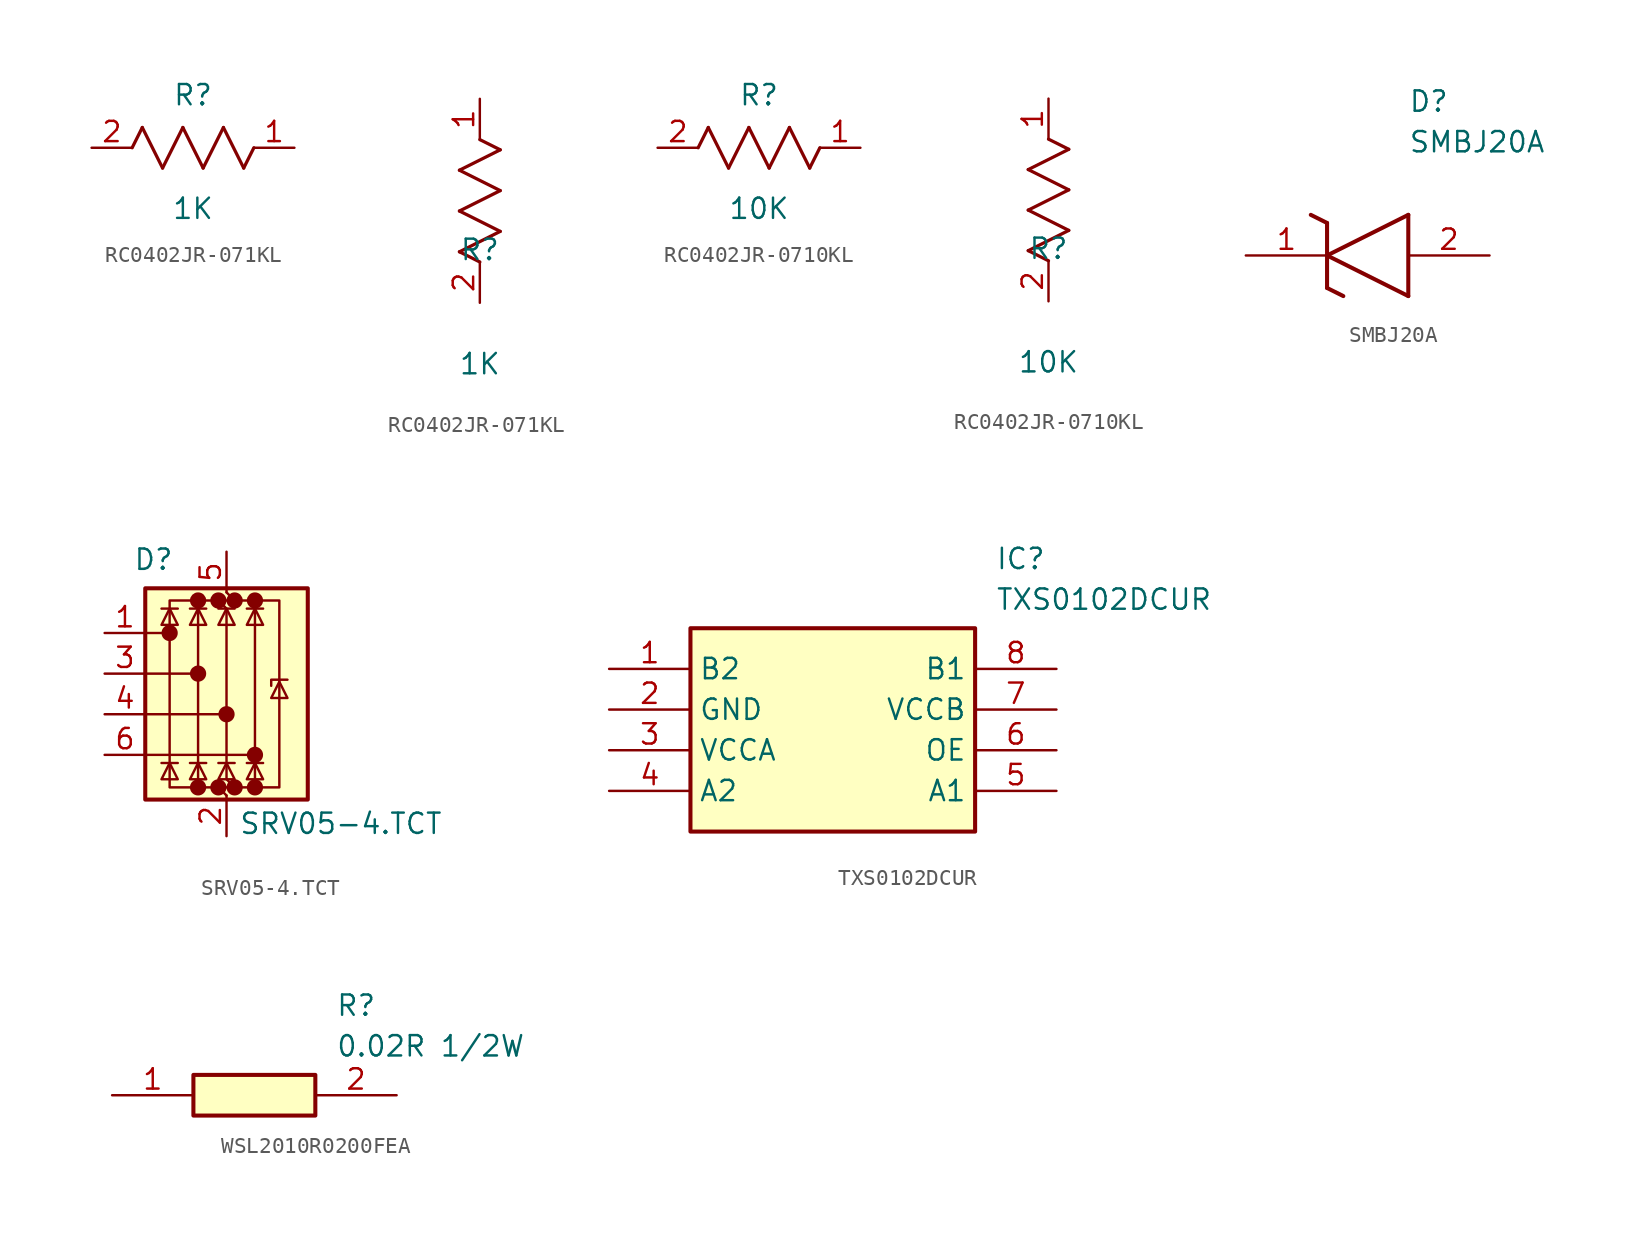
<source format=kicad_sym>
(kicad_symbol_lib
  (version 20241209)
  (generator "kicad_symbol_editor")
  (generator_version "9.0")
  (symbol "RC0402JR-071KL"
    (pin_names
      (offset 0.254))
    (property "Reference" "R"
      (at 0 3.302 0)
      (effects (font (size 1.27 1.27))))
    (property "Value" "1K"
      (at 0 -3.81 0)
      (effects (font (size 1.27 1.27))))
    (symbol "RC0402JR-071KL_1_1"
      (polyline (pts (xy -3.81 0) (xy -3.175 1.27)) (stroke (width 0.203) (type default)) (fill (type none)))
      (polyline (pts (xy -3.175 1.27) (xy -1.905 -1.27)) (stroke (width 0.203) (type default)) (fill (type none)))
      (polyline (pts (xy -1.905 -1.27) (xy -0.635 1.27)) (stroke (width 0.203) (type default)) (fill (type none)))
      (polyline (pts (xy -0.635 1.27) (xy 0.635 -1.27)) (stroke (width 0.203) (type default)) (fill (type none)))
      (polyline (pts (xy 0.635 -1.27) (xy 1.905 1.27)) (stroke (width 0.203) (type default)) (fill (type none)))
      (polyline (pts (xy 1.905 1.27) (xy 3.175 -1.27)) (stroke (width 0.203) (type default)) (fill (type none)))
      (polyline (pts (xy 3.175 -1.27) (xy 3.81 0)) (stroke (width 0.203) (type default)) (fill (type none)))
      (pin passive line (at -6.35 0 0) (length 2.54) (name "" (effects (font (size 1.27 1.27)))) (number "2" (effects (font (size 1.27 1.27)))))
      (pin passive line (at 6.35 0 180) (length 2.54) (name "" (effects (font (size 1.27 1.27)))) (number "1" (effects (font (size 1.27 1.27))))))
    (symbol "RC0402JR-071KL_1_2"
      (polyline (pts (xy -1.27 8.255) (xy 1.27 9.525)) (stroke (width 0.203) (type default)) (fill (type none)))
      (polyline (pts (xy -1.27 5.715) (xy 1.27 6.985)) (stroke (width 0.203) (type default)) (fill (type none)))
      (polyline (pts (xy -1.27 3.175) (xy 1.27 4.445)) (stroke (width 0.203) (type default)) (fill (type none)))
      (polyline (pts (xy 0 2.54) (xy -1.27 3.175)) (stroke (width 0.203) (type default)) (fill (type none)))
      (polyline (pts (xy 1.27 9.525) (xy 0 10.16)) (stroke (width 0.203) (type default)) (fill (type none)))
      (polyline (pts (xy 1.27 6.985) (xy -1.27 8.255)) (stroke (width 0.203) (type default)) (fill (type none)))
      (polyline (pts (xy 1.27 4.445) (xy -1.27 5.715)) (stroke (width 0.203) (type default)) (fill (type none)))
      (pin unspecified line (at 0 12.7 270) (length 2.54) (name "" (effects (font (size 1.27 1.27)))) (number "1" (effects (font (size 1.27 1.27)))))
      (pin unspecified line (at 0 0 90) (length 2.54) (name "" (effects (font (size 1.27 1.27)))) (number "2" (effects (font (size 1.27 1.27)))))))
  (symbol "RC0402JR-0710KL"
    (pin_names
      (offset 0.254))
    (property "Reference" "R"
      (at 0 3.302 0)
      (effects (font (size 1.27 1.27))))
    (property "Value" "10K"
      (at 0 -3.81 0)
      (effects (font (size 1.27 1.27))))
    (symbol "RC0402JR-0710KL_1_1"
      (polyline (pts (xy -3.81 0) (xy -3.175 1.27)) (stroke (width 0.203) (type default)) (fill (type none)))
      (polyline (pts (xy -3.175 1.27) (xy -1.905 -1.27)) (stroke (width 0.203) (type default)) (fill (type none)))
      (polyline (pts (xy -1.905 -1.27) (xy -0.635 1.27)) (stroke (width 0.203) (type default)) (fill (type none)))
      (polyline (pts (xy -0.635 1.27) (xy 0.635 -1.27)) (stroke (width 0.203) (type default)) (fill (type none)))
      (polyline (pts (xy 0.635 -1.27) (xy 1.905 1.27)) (stroke (width 0.203) (type default)) (fill (type none)))
      (polyline (pts (xy 1.905 1.27) (xy 3.175 -1.27)) (stroke (width 0.203) (type default)) (fill (type none)))
      (polyline (pts (xy 3.175 -1.27) (xy 3.81 0)) (stroke (width 0.203) (type default)) (fill (type none)))
      (pin passive line (at -6.35 0 0) (length 2.54) (name "" (effects (font (size 1.27 1.27)))) (number "2" (effects (font (size 1.27 1.27)))))
      (pin passive line (at 6.35 0 180) (length 2.54) (name "" (effects (font (size 1.27 1.27)))) (number "1" (effects (font (size 1.27 1.27))))))
    (symbol "RC0402JR-0710KL_1_2"
      (polyline (pts (xy -1.27 8.255) (xy 1.27 9.525)) (stroke (width 0.203) (type default)) (fill (type none)))
      (polyline (pts (xy -1.27 5.715) (xy 1.27 6.985)) (stroke (width 0.203) (type default)) (fill (type none)))
      (polyline (pts (xy -1.27 3.175) (xy 1.27 4.445)) (stroke (width 0.203) (type default)) (fill (type none)))
      (polyline (pts (xy 0 2.54) (xy -1.27 3.175)) (stroke (width 0.203) (type default)) (fill (type none)))
      (polyline (pts (xy 1.27 9.525) (xy 0 10.16)) (stroke (width 0.203) (type default)) (fill (type none)))
      (polyline (pts (xy 1.27 6.985) (xy -1.27 8.255)) (stroke (width 0.203) (type default)) (fill (type none)))
      (polyline (pts (xy 1.27 4.445) (xy -1.27 5.715)) (stroke (width 0.203) (type default)) (fill (type none)))
      (pin unspecified line (at 0 12.7 270) (length 2.54) (name "" (effects (font (size 1.27 1.27)))) (number "1" (effects (font (size 1.27 1.27)))))
      (pin unspecified line (at 0 0 90) (length 2.54) (name "" (effects (font (size 1.27 1.27)))) (number "2" (effects (font (size 1.27 1.27)))))))
  (symbol "SMBJ20A"
    (pin_names
      (hide yes))
    (property "Reference" "D"
      (at 10.16 8.89 0)
      (effects (font (size 1.27 1.27)) (justify left bottom)))
    (property "Value" "SMBJ20A"
      (at 10.16 6.35 0)
      (effects (font (size 1.27 1.27)) (justify left bottom)))
    (symbol "SMBJ20A_1_1"
      (polyline (pts (xy 4.064 2.54) (xy 5.08 2.032)) (stroke (width 0.254) (type default)) (fill (type none)))
      (polyline (pts (xy 5.08 0) (xy 10.16 2.54)) (stroke (width 0.254) (type default)) (fill (type none)))
      (polyline (pts (xy 5.08 -2.032) (xy 5.08 2.032)) (stroke (width 0.254) (type default)) (fill (type none)))
      (polyline (pts (xy 5.08 -2.032) (xy 6.096 -2.54)) (stroke (width 0.254) (type default)) (fill (type none)))
      (polyline (pts (xy 10.16 -2.54) (xy 5.08 0)) (stroke (width 0.254) (type default)) (fill (type none)))
      (polyline (pts (xy 10.16 -2.54) (xy 10.16 2.54)) (stroke (width 0.254) (type default)) (fill (type none)))
      (pin passive line (at 0 0 0) (length 5.08) (name "K" (effects (font (size 1.27 1.27)))) (number "1" (effects (font (size 1.27 1.27)))))
      (pin passive line (at 15.24 0 180) (length 5.08) (name "A" (effects (font (size 1.27 1.27)))) (number "2" (effects (font (size 1.27 1.27)))))))
  (symbol "SRV05-4.TCT"
    (pin_names
      (hide yes))
    (property "Reference" "D"
      (at -5.842 9.144 0)
      (effects (font (size 1.27 1.27)) (justify left top)))
    (property "Value" "SRV05-4.TCT"
      (at 0.762 -7.366 0)
      (effects (font (size 1.27 1.27)) (justify left top)))
    (symbol "SRV05-4.TCT_0_0"
      (circle (center -3.556 3.81) (radius 0.0001) (stroke (width 0.508) (type default)) (fill (type none)))
      (circle (center -1.778 5.842) (radius 0.0001) (stroke (width 0.508) (type default)) (fill (type none)))
      (circle (center -1.778 1.27) (radius 0.0001) (stroke (width 0.508) (type default)) (fill (type none)))
      (circle (center -1.778 -5.842) (radius 0.0001) (stroke (width 0.508) (type default)) (fill (type none)))
      (circle (center -0.508 5.842) (radius 0.0001) (stroke (width 0.508) (type default)) (fill (type none)))
      (circle (center -0.508 -5.842) (radius 0.0001) (stroke (width 0.508) (type default)) (fill (type none)))
      (circle (center 0 -1.27) (radius 0.0001) (stroke (width 0.508) (type default)) (fill (type none)))
      (circle (center 0.508 5.842) (radius 0.0001) (stroke (width 0.508) (type default)) (fill (type none)))
      (circle (center 0.508 -5.842) (radius 0.0001) (stroke (width 0.508) (type default)) (fill (type none)))
      (circle (center 1.778 5.842) (radius 0.0001) (stroke (width 0.508) (type default)) (fill (type none)))
      (circle (center 1.778 -3.81) (radius 0.0001) (stroke (width 0.508) (type default)) (fill (type none)))
      (circle (center 1.778 -5.842) (radius 0.0001) (stroke (width 0.508) (type default)) (fill (type none))))
    (symbol "SRV05-4.TCT_0_1"
      (polyline (pts (xy -5.08 3.81) (xy -3.556 3.81)) (stroke (width 0) (type default)) (fill (type none)))
      (polyline (pts (xy -5.08 1.27) (xy -1.778 1.27)) (stroke (width 0) (type default)) (fill (type none)))
      (polyline (pts (xy -5.08 -1.27) (xy 0 -1.27)) (stroke (width 0) (type default)) (fill (type none)))
      (polyline (pts (xy -5.08 -3.81) (xy 1.778 -3.81)) (stroke (width 0) (type default)) (fill (type none)))
      (polyline (pts (xy -4.064 4.318) (xy -3.048 4.318) (xy -3.556 5.334) (xy -4.064 4.318)) (stroke (width 0) (type default)) (fill (type none)))
      (polyline (pts (xy -4.064 -4.318) (xy -3.048 -4.318)) (stroke (width 0) (type default)) (fill (type none)))
      (polyline (pts (xy -3.048 5.334) (xy -4.064 5.334)) (stroke (width 0) (type default)) (fill (type none)))
      (polyline (pts (xy -3.048 -5.334) (xy -4.064 -5.334) (xy -3.556 -4.318) (xy -3.048 -5.334)) (stroke (width 0) (type default)) (fill (type none)))
      (polyline (pts (xy -2.286 5.334) (xy -1.27 5.334)) (stroke (width 0) (type default)) (fill (type none)))
      (polyline (pts (xy -2.286 -4.318) (xy -1.27 -4.318)) (stroke (width 0) (type default)) (fill (type none)))
      (polyline (pts (xy -1.27 4.318) (xy -2.286 4.318) (xy -1.778 5.334) (xy -1.27 4.318)) (stroke (width 0) (type default)) (fill (type none)))
      (polyline (pts (xy -1.27 -5.334) (xy -2.286 -5.334) (xy -1.778 -4.318) (xy -1.27 -5.334)) (stroke (width 0) (type default)) (fill (type none)))
      (polyline (pts (xy -0.508 4.318) (xy 0.508 4.318) (xy 0 5.334) (xy -0.508 4.318)) (stroke (width 0) (type default)) (fill (type none)))
      (polyline (pts (xy -0.508 -4.318) (xy 0.508 -4.318)) (stroke (width 0) (type default)) (fill (type none)))
      (polyline (pts (xy -0.508 -5.334) (xy 0.508 -5.334) (xy 0 -4.318) (xy -0.508 -5.334)) (stroke (width 0) (type default)) (fill (type none)))
      (polyline (pts (xy 0 6.35) (xy 0.508 5.842)) (stroke (width 0) (type default)) (fill (type none)))
      (polyline (pts (xy 0.508 5.334) (xy -0.508 5.334)) (stroke (width 0) (type default)) (fill (type none)))
      (polyline (pts (xy 0.508 -5.842) (xy -0.508 -5.842)) (stroke (width 0) (type default)) (fill (type none)))
      (polyline (pts (xy 1.27 5.334) (xy 2.286 5.334)) (stroke (width 0) (type default)) (fill (type none)))
      (polyline (pts (xy 1.27 -5.334) (xy 2.286 -5.334) (xy 1.778 -4.318) (xy 1.27 -5.334)) (stroke (width 0) (type default)) (fill (type none)))
      (polyline (pts (xy 1.778 5.842) (xy 3.302 5.842) (xy 3.302 -5.842) (xy 1.778 -5.842)) (stroke (width 0) (type default)) (fill (type none)))
      (polyline (pts (xy 2.286 4.318) (xy 1.27 4.318) (xy 1.778 5.334) (xy 2.286 4.318)) (stroke (width 0) (type default)) (fill (type none)))
      (polyline (pts (xy 2.286 -4.318) (xy 1.27 -4.318)) (stroke (width 0) (type default)) (fill (type none)))
      (polyline (pts (xy 2.794 0.508) (xy 2.794 0.889) (xy 3.81 0.889)) (stroke (width 0) (type default)) (fill (type none)))
      (polyline (pts (xy 3.81 -0.254) (xy 2.794 -0.254) (xy 3.302 0.762) (xy 3.81 -0.254)) (stroke (width 0) (type default)) (fill (type none))))
    (symbol "SRV05-4.TCT_1_1"
      (rectangle (start -5.08 6.604) (end 5.08 -6.604) (stroke (width 0.254) (type default)) (fill (type background)))
      (polyline (pts (xy -1.778 5.842) (xy -3.556 5.842) (xy -3.556 -5.842) (xy -1.778 -5.842)) (stroke (width 0) (type default)) (fill (type none)))
      (polyline (pts (xy -0.508 5.842) (xy 1.778 5.842) (xy 1.778 -5.842) (xy 0.508 -5.842)) (stroke (width 0) (type default)) (fill (type none)))
      (polyline (pts (xy 0 -6.35) (xy -0.508 -5.842) (xy -1.778 -5.842) (xy -1.778 5.842) (xy -0.508 5.842)) (stroke (width 0) (type default)) (fill (type none)))
      (polyline (pts (xy 0.508 -5.842) (xy 0 -5.334) (xy 0 5.334) (xy -0.508 5.842)) (stroke (width 0) (type default)) (fill (type none)))
      (pin passive line (at -7.62 3.81 0) (length 2.54) (name "I/O1" (effects (font (size 1.27 1.27)))) (number "1" (effects (font (size 1.27 1.27)))))
      (pin passive line (at -7.62 1.27 0) (length 2.54) (name "I/O2" (effects (font (size 1.27 1.27)))) (number "3" (effects (font (size 1.27 1.27)))))
      (pin passive line (at -7.62 -1.27 0) (length 2.54) (name "I/O3" (effects (font (size 1.27 1.27)))) (number "4" (effects (font (size 1.27 1.27)))))
      (pin passive line (at -7.62 -3.81 0) (length 2.54) (name "I/O4" (effects (font (size 1.27 1.27)))) (number "6" (effects (font (size 1.27 1.27)))))
      (pin passive line (at 0 8.89 270) (length 2.54) (name "VBUS" (effects (font (size 1.27 1.27)))) (number "5" (effects (font (size 1.27 1.27)))))
      (pin passive line (at 0 -8.89 90) (length 2.54) (name "GND" (effects (font (size 1.27 1.27)))) (number "2" (effects (font (size 1.27 1.27)))))))
  (symbol "TXS0102DCUR"
    (property "Reference" "IC"
      (at 24.13 7.62 0)
      (effects (font (size 1.27 1.27)) (justify left top)))
    (property "Value" "TXS0102DCUR"
      (at 24.13 5.08 0)
      (effects (font (size 1.27 1.27)) (justify left top)))
    (symbol "TXS0102DCUR_1_1"
      (rectangle (start 5.08 2.54) (end 22.86 -10.16) (stroke (width 0.254) (type default)) (fill (type background)))
      (pin passive line (at 0 0 0) (length 5.08) (name "B2" (effects (font (size 1.27 1.27)))) (number "1" (effects (font (size 1.27 1.27)))))
      (pin passive line (at 0 -2.54 0) (length 5.08) (name "GND" (effects (font (size 1.27 1.27)))) (number "2" (effects (font (size 1.27 1.27)))))
      (pin passive line (at 0 -5.08 0) (length 5.08) (name "VCCA" (effects (font (size 1.27 1.27)))) (number "3" (effects (font (size 1.27 1.27)))))
      (pin passive line (at 0 -7.62 0) (length 5.08) (name "A2" (effects (font (size 1.27 1.27)))) (number "4" (effects (font (size 1.27 1.27)))))
      (pin passive line (at 27.94 0 180) (length 5.08) (name "B1" (effects (font (size 1.27 1.27)))) (number "8" (effects (font (size 1.27 1.27)))))
      (pin passive line (at 27.94 -2.54 180) (length 5.08) (name "VCCB" (effects (font (size 1.27 1.27)))) (number "7" (effects (font (size 1.27 1.27)))))
      (pin passive line (at 27.94 -5.08 180) (length 5.08) (name "OE" (effects (font (size 1.27 1.27)))) (number "6" (effects (font (size 1.27 1.27)))))
      (pin passive line (at 27.94 -7.62 180) (length 5.08) (name "A1" (effects (font (size 1.27 1.27)))) (number "5" (effects (font (size 1.27 1.27)))))))
  (symbol "WSL2010R0200FEA"
    (pin_names
      (hide yes))
    (property "Reference" "R"
      (at 13.97 6.35 0)
      (effects (font (size 1.27 1.27)) (justify left top)))
    (property "Value" "0.02R 1/2W"
      (at 13.97 3.81 0)
      (effects (font (size 1.27 1.27)) (justify left top)))
    (symbol "WSL2010R0200FEA_1_1"
      (rectangle (start 5.08 1.27) (end 12.7 -1.27) (stroke (width 0.254) (type default)) (fill (type background)))
      (pin passive line (at 0 0 0) (length 5.08) (name "1" (effects (font (size 1.27 1.27)))) (number "1" (effects (font (size 1.27 1.27)))))
      (pin passive line (at 17.78 0 180) (length 5.08) (name "2" (effects (font (size 1.27 1.27)))) (number "2" (effects (font (size 1.27 1.27))))))))
</source>
